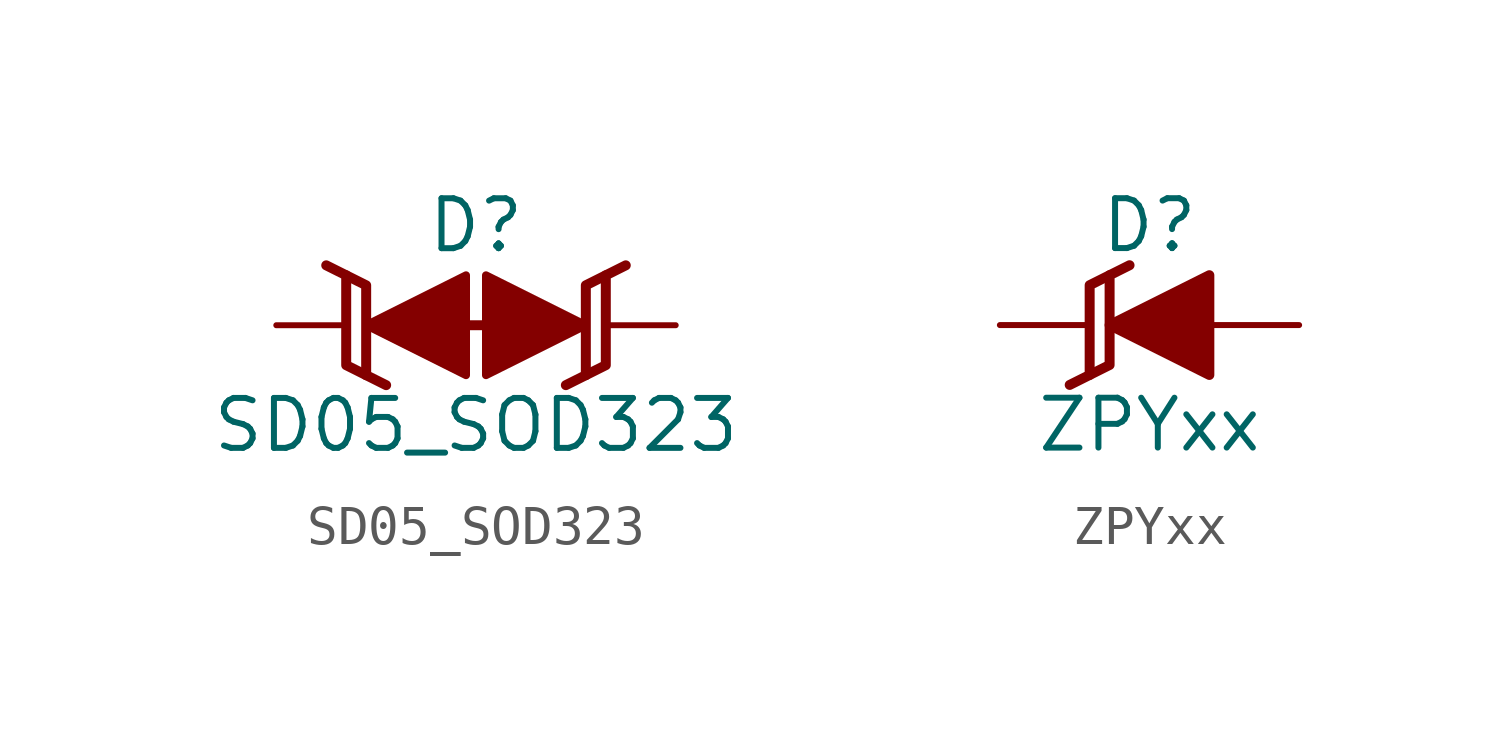
<source format=kicad_sym>
(kicad_symbol_lib
  (version 20241209)
  (generator "kicad_symbol_editor")
  (generator_version "9.0")
  (symbol "SD05_SOD323"
    (pin_numbers
      (hide yes))
    (pin_names
      (offset 1.016)
      (hide yes))
    (property "Reference" "D"
      (at 0 2.54 0)
      (effects (font (size 1.27 1.27))))
    (property "Value" "SD05_SOD323"
      (at 0 -2.54 0)
      (effects (font (size 1.27 1.27))))
    (symbol "SD05_SOD323_1_1"
      (polyline (pts (xy -2.794 -1.27) (xy -3.302 -1.016) (xy -3.302 1.27) (xy -3.81 1.524)) (stroke (width 0.254) (type solid)) (fill (type none)))
      (polyline (pts (xy -2.286 -1.524) (xy -2.794 -1.27) (xy -2.794 1.016) (xy -3.302 1.27)) (stroke (width 0.254) (type solid)) (fill (type none)))
      (polyline (pts (xy -0.254 1.27) (xy -0.254 -1.27) (xy -2.794 0) (xy -0.254 1.27)) (stroke (width 0.203) (type solid)) (fill (type outline)))
      (polyline (pts (xy 0.254 0) (xy -0.254 0)) (stroke (width 0.254) (type solid)) (fill (type none)))
      (polyline (pts (xy 0.254 -1.27) (xy 2.794 0) (xy 0.254 1.27) (xy 0.254 -1.27)) (stroke (width 0.203) (type solid)) (fill (type outline)))
      (polyline (pts (xy 3.302 1.27) (xy 2.794 1.016) (xy 2.794 -1.27) (xy 2.286 -1.524)) (stroke (width 0.254) (type solid)) (fill (type none)))
      (polyline (pts (xy 3.81 1.524) (xy 3.302 1.27) (xy 3.302 -1.016) (xy 2.794 -1.27)) (stroke (width 0.254) (type solid)) (fill (type none)))
      (pin passive line (at -5.08 0 0) (length 1.778) (name "A1" (effects (font (size 1.27 1.27)))) (number "1" (effects (font (size 1.27 1.27)))))
      (pin passive line (at 5.08 0 180) (length 1.778) (name "A2" (effects (font (size 1.27 1.27)))) (number "2" (effects (font (size 1.27 1.27)))))))
  (symbol "ZPYxx"
    (pin_numbers
      (hide yes))
    (pin_names
      (hide yes))
    (property "Reference" "D"
      (at 0 2.54 0)
      (effects (font (size 1.27 1.27))))
    (property "Value" "ZPYxx"
      (at 0 -2.54 0)
      (effects (font (size 1.27 1.27))))
    (symbol "ZPYxx_1_1"
      (polyline (pts (xy -1.016 1.27) (xy -1.524 1.016) (xy -1.524 -1.27) (xy -2.032 -1.524)) (stroke (width 0.254) (type solid)) (fill (type none)))
      (polyline (pts (xy -0.508 1.524) (xy -1.016 1.27) (xy -1.016 -1.016) (xy -1.524 -1.27)) (stroke (width 0.254) (type solid)) (fill (type none)))
      (polyline (pts (xy 1.524 -1.27) (xy 1.524 1.27) (xy -1.016 0) (xy 1.524 -1.27)) (stroke (width 0.254) (type solid)) (fill (type outline)))
      (pin passive line (at -3.81 0 0) (length 2.286) (name "K" (effects (font (size 1.27 1.27)))) (number "1" (effects (font (size 1.27 1.27)))))
      (pin passive line (at 3.81 0 180) (length 2.286) (name "A" (effects (font (size 1.27 1.27)))) (number "2" (effects (font (size 1.27 1.27))))))))
</source>
